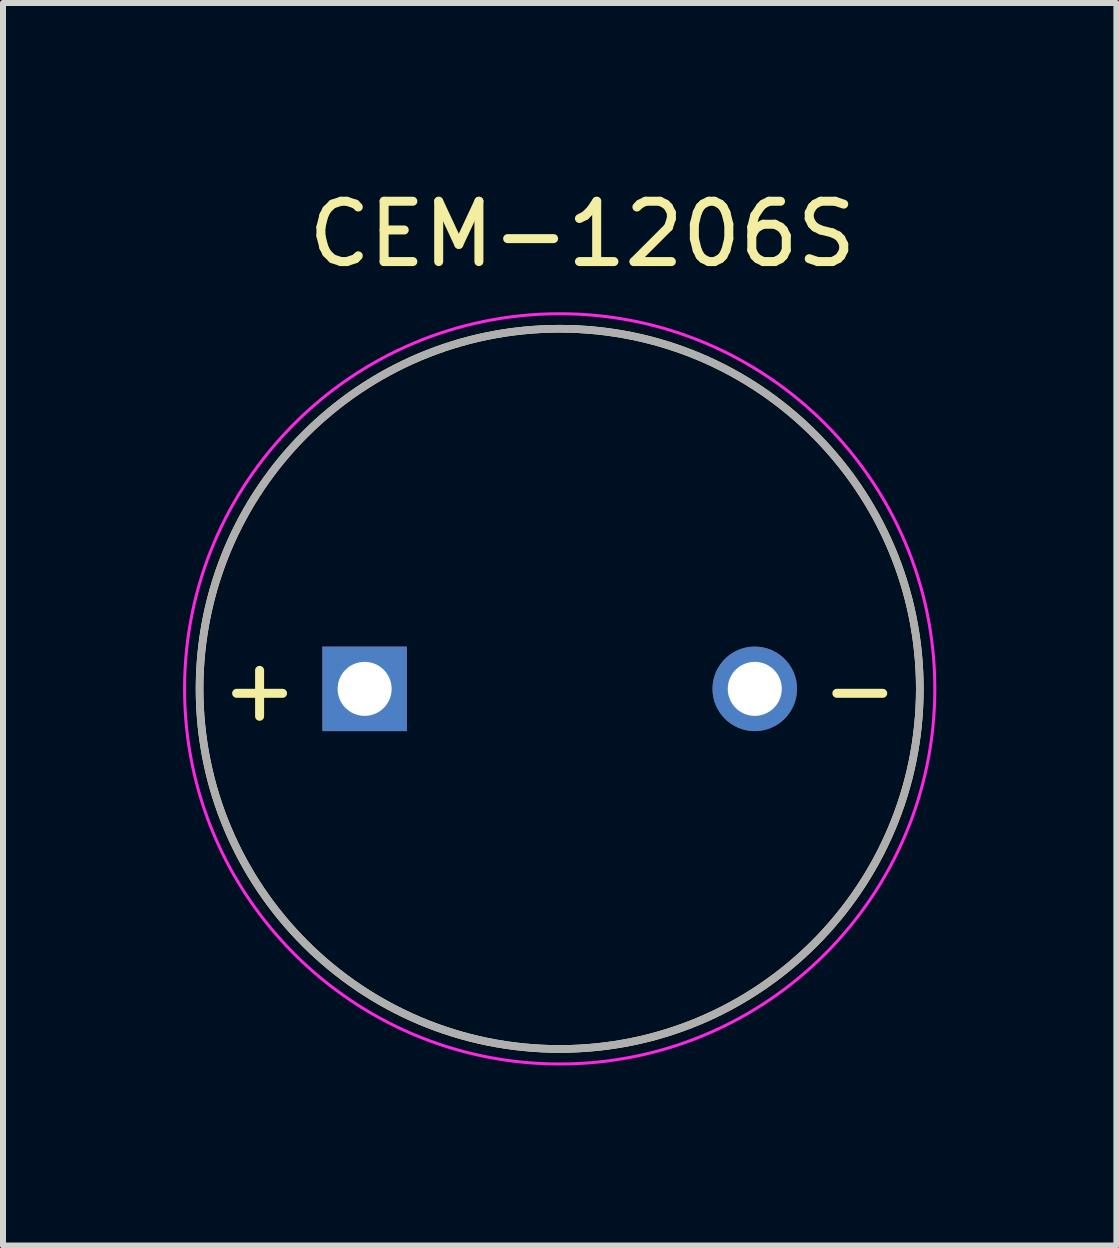
<source format=kicad_pcb>
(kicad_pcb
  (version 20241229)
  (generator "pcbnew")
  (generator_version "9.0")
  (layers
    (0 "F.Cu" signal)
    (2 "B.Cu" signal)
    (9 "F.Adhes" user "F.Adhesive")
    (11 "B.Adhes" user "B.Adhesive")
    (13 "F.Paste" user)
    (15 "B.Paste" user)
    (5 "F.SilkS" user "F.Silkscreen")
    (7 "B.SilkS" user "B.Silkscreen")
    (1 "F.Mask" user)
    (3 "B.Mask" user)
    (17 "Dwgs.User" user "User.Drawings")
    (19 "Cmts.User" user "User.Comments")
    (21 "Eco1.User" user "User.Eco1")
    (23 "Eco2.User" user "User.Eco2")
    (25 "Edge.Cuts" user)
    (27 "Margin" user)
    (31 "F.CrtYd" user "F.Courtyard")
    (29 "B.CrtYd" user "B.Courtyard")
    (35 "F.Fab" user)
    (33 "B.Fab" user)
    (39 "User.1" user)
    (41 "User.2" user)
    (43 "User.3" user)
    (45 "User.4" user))
  (footprint "CEM-1206S"
    (layer "F.Cu")
    (at 6.275 8.427)
    (property "Reference" "CEM-1206S" (at 0.377 -7.576 0) (layer "F.SilkS") (effects (font (size 1.005 1.005) (thickness 0.15))))
    (attr through_hole)
    (fp_circle (center 0 0) (end 6 0) (stroke (width 0.127) (type solid)) (fill no) (layer "F.SilkS"))
    (fp_circle (center 0 0) (end 6.25 0) (stroke (width 0.05) (type solid)) (fill no) (layer "F.CrtYd"))
    (fp_circle (center 0 0) (end 6 0) (stroke (width 0.127) (type solid)) (fill no) (layer "F.Fab"))
    (fp_text user "+" (at -5 0 0) (layer "F.SilkS") (effects (font (size 1.004 1.004) (thickness 0.15))))
    (fp_text user "-" (at 5 0 0) (layer "F.SilkS") (effects (font (size 1.003 1.003) (thickness 0.15))))
    (pad "1" thru_hole rect (at -3.25 0) (size 1.408 1.408) (drill 0.9) (layers "*.Cu" "*.Mask"))
    (pad "2" thru_hole circle (at 3.25 0) (size 1.408 1.408) (drill 0.9) (layers "*.Cu" "*.Mask")))
  (gr_rect
    (start -3 -3)
    (end 15.55 17.702)
    (stroke (width 0.1) (type default))
    (fill no)
    (layer "Edge.Cuts")))
</source>
